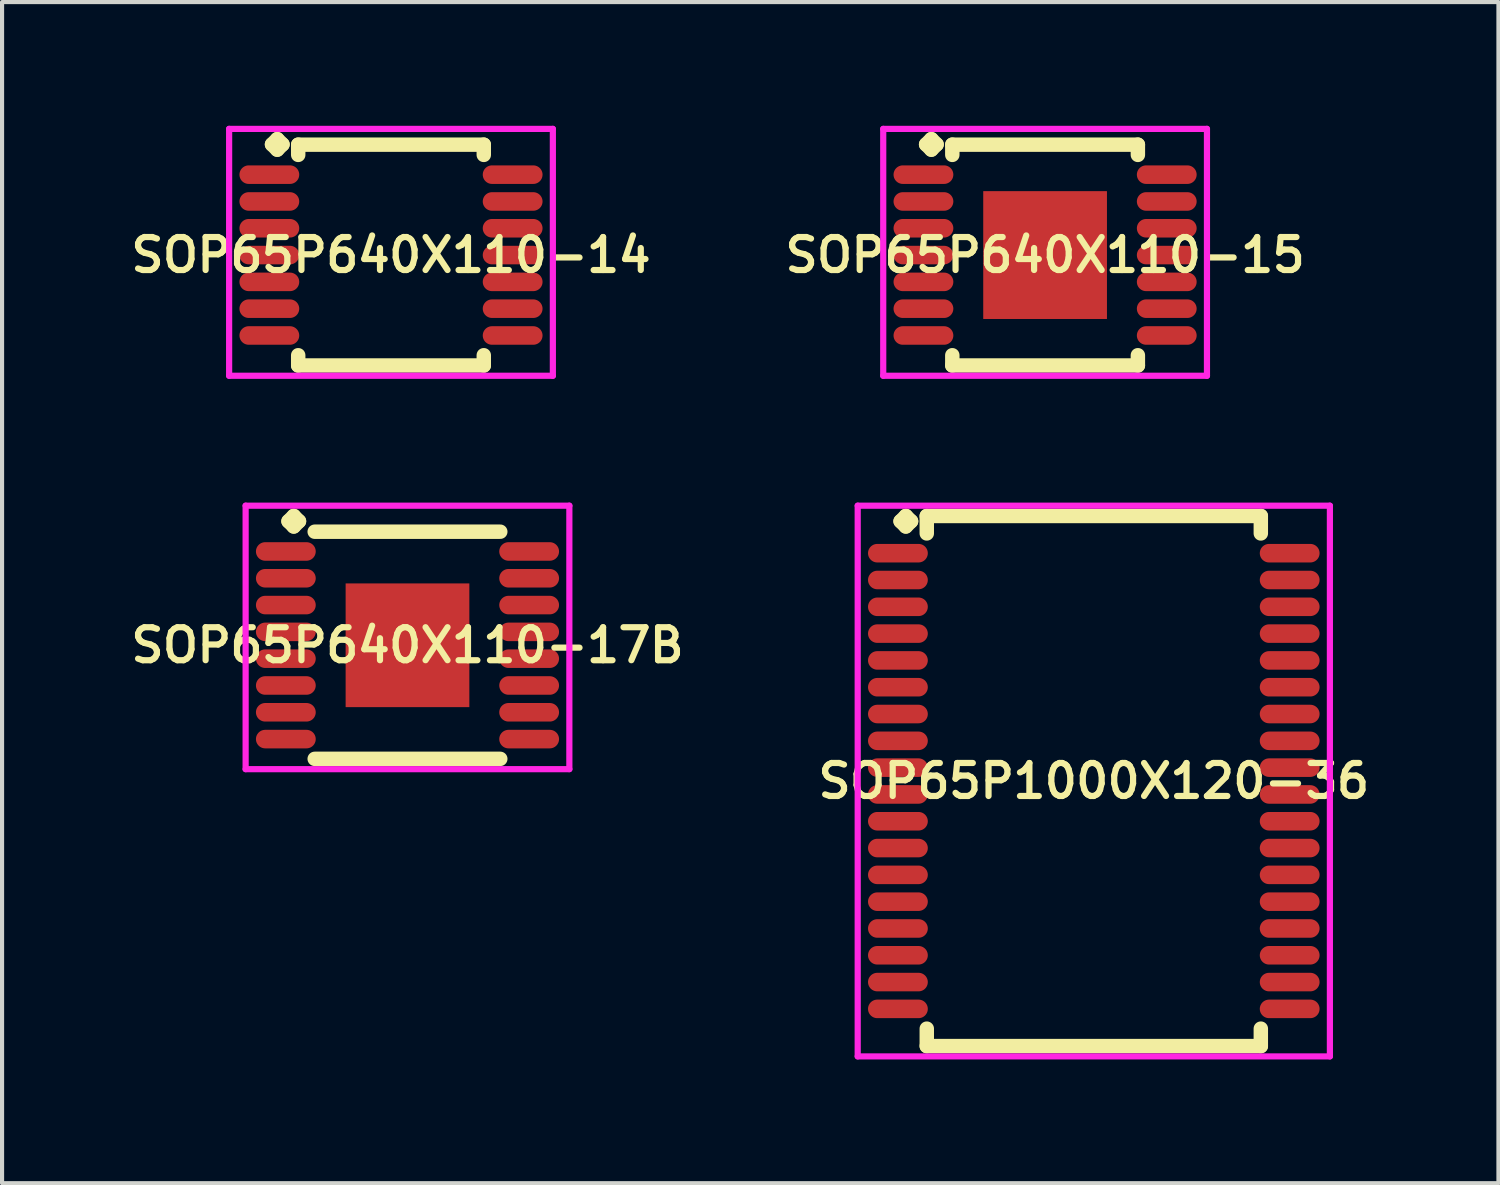
<source format=kicad_pcb>
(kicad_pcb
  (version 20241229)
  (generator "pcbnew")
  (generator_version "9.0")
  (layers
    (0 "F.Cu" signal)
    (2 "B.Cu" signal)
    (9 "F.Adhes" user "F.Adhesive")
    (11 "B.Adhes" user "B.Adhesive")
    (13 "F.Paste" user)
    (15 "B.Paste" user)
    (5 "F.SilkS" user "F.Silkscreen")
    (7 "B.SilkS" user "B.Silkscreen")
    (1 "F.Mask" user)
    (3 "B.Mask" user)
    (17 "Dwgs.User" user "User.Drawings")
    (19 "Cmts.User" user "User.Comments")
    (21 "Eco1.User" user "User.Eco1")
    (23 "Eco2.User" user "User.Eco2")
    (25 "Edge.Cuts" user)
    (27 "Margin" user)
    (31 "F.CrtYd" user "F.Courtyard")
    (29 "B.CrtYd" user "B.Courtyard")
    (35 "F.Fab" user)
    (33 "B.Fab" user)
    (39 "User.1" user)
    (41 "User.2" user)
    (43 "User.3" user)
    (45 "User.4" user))
  (footprint "SOP65P640X110-15"
    (layer "F.Cu")
    (at 22.292 3.135)
    (property "Reference" "SOP65P640X110-15" (at 0 0 0) (layer "F.SilkS") (effects (font (size 0.8 0.8) (thickness 0.15))))
    (attr smd)
    (fp_line (start -2.885 -2.683) (end -2.758 -2.81) (stroke (width 0.35) (type solid)) (layer "F.SilkS"))
    (fp_line (start -2.758 -2.81) (end -2.631 -2.683) (stroke (width 0.35) (type solid)) (layer "F.SilkS"))
    (fp_line (start -2.758 -2.556) (end -2.885 -2.683) (stroke (width 0.35) (type solid)) (layer "F.SilkS"))
    (fp_line (start -2.631 -2.683) (end -2.758 -2.556) (stroke (width 0.35) (type solid)) (layer "F.SilkS"))
    (fp_line (start -2.25 -2.677) (end 2.25 -2.677) (stroke (width 0.35) (type solid)) (layer "F.SilkS"))
    (fp_line (start -2.25 -2.429) (end -2.25 -2.677) (stroke (width 0.35) (type solid)) (layer "F.SilkS"))
    (fp_line (start -2.25 2.429) (end -2.25 2.677) (stroke (width 0.35) (type solid)) (layer "F.SilkS"))
    (fp_line (start -2.25 2.677) (end 2.25 2.677) (stroke (width 0.35) (type solid)) (layer "F.SilkS"))
    (fp_line (start 2.25 -2.677) (end 2.25 -2.429) (stroke (width 0.35) (type solid)) (layer "F.SilkS"))
    (fp_line (start 2.25 2.677) (end 2.25 2.429) (stroke (width 0.35) (type solid)) (layer "F.SilkS"))
    (fp_line (start -3.925 -3.06) (end 3.925 -3.06) (stroke (width 0.15) (type solid)) (layer "F.CrtYd"))
    (fp_line (start -3.925 2.927) (end -3.925 -3.06) (stroke (width 0.15) (type solid)) (layer "F.CrtYd"))
    (fp_line (start 3.925 -3.06) (end 3.925 2.927) (stroke (width 0.15) (type solid)) (layer "F.CrtYd"))
    (fp_line (start 3.925 2.927) (end -3.925 2.927) (stroke (width 0.15) (type solid)) (layer "F.CrtYd"))
    (pad "1" smd oval (at -2.95 -1.95) (size 1.45 0.45) (layers "F.Cu" "F.Mask" "F.Paste"))
    (pad "2" smd oval (at -2.95 -1.3) (size 1.45 0.45) (layers "F.Cu" "F.Mask" "F.Paste"))
    (pad "3" smd oval (at -2.95 -0.65) (size 1.45 0.45) (layers "F.Cu" "F.Mask" "F.Paste"))
    (pad "4" smd oval (at -2.95 0) (size 1.45 0.45) (layers "F.Cu" "F.Mask" "F.Paste"))
    (pad "5" smd oval (at -2.95 0.65) (size 1.45 0.45) (layers "F.Cu" "F.Mask" "F.Paste"))
    (pad "6" smd oval (at -2.95 1.3) (size 1.45 0.45) (layers "F.Cu" "F.Mask" "F.Paste"))
    (pad "7" smd oval (at -2.95 1.95) (size 1.45 0.45) (layers "F.Cu" "F.Mask" "F.Paste"))
    (pad "8" smd oval (at 2.95 1.95) (size 1.45 0.45) (layers "F.Cu" "F.Mask" "F.Paste"))
    (pad "9" smd oval (at 2.95 1.3) (size 1.45 0.45) (layers "F.Cu" "F.Mask" "F.Paste"))
    (pad "10" smd oval (at 2.95 0.65) (size 1.45 0.45) (layers "F.Cu" "F.Mask" "F.Paste"))
    (pad "11" smd oval (at 2.95 0) (size 1.45 0.45) (layers "F.Cu" "F.Mask" "F.Paste"))
    (pad "12" smd oval (at 2.95 -0.65) (size 1.45 0.45) (layers "F.Cu" "F.Mask" "F.Paste"))
    (pad "13" smd oval (at 2.95 -1.3) (size 1.45 0.45) (layers "F.Cu" "F.Mask" "F.Paste"))
    (pad "14" smd oval (at 2.95 -1.95) (size 1.45 0.45) (layers "F.Cu" "F.Mask" "F.Paste"))
    (pad "15" smd rect (at 0 0) (size 3 3.1) (layers "F.Cu" "F.Mask" "F.Paste")))
  (footprint "SOP65P640X110-14"
    (layer "F.Cu")
    (at 6.431 3.135)
    (property "Reference" "SOP65P640X110-14" (at 0 0 0) (layer "F.SilkS") (effects (font (size 0.8 0.8) (thickness 0.15))))
    (attr smd)
    (fp_line (start -2.885 -2.683) (end -2.758 -2.81) (stroke (width 0.35) (type solid)) (layer "F.SilkS"))
    (fp_line (start -2.758 -2.81) (end -2.631 -2.683) (stroke (width 0.35) (type solid)) (layer "F.SilkS"))
    (fp_line (start -2.758 -2.556) (end -2.885 -2.683) (stroke (width 0.35) (type solid)) (layer "F.SilkS"))
    (fp_line (start -2.631 -2.683) (end -2.758 -2.556) (stroke (width 0.35) (type solid)) (layer "F.SilkS"))
    (fp_line (start -2.25 -2.677) (end 2.25 -2.677) (stroke (width 0.35) (type solid)) (layer "F.SilkS"))
    (fp_line (start -2.25 -2.429) (end -2.25 -2.677) (stroke (width 0.35) (type solid)) (layer "F.SilkS"))
    (fp_line (start -2.25 2.429) (end -2.25 2.677) (stroke (width 0.35) (type solid)) (layer "F.SilkS"))
    (fp_line (start -2.25 2.677) (end 2.25 2.677) (stroke (width 0.35) (type solid)) (layer "F.SilkS"))
    (fp_line (start 2.25 -2.677) (end 2.25 -2.429) (stroke (width 0.35) (type solid)) (layer "F.SilkS"))
    (fp_line (start 2.25 2.677) (end 2.25 2.429) (stroke (width 0.35) (type solid)) (layer "F.SilkS"))
    (fp_line (start -3.925 -3.06) (end 3.925 -3.06) (stroke (width 0.15) (type solid)) (layer "F.CrtYd"))
    (fp_line (start -3.925 2.927) (end -3.925 -3.06) (stroke (width 0.15) (type solid)) (layer "F.CrtYd"))
    (fp_line (start 3.925 -3.06) (end 3.925 2.927) (stroke (width 0.15) (type solid)) (layer "F.CrtYd"))
    (fp_line (start 3.925 2.927) (end -3.925 2.927) (stroke (width 0.15) (type solid)) (layer "F.CrtYd"))
    (pad "1" smd oval (at -2.95 -1.95) (size 1.45 0.45) (layers "F.Cu" "F.Mask" "F.Paste"))
    (pad "2" smd oval (at -2.95 -1.3) (size 1.45 0.45) (layers "F.Cu" "F.Mask" "F.Paste"))
    (pad "3" smd oval (at -2.95 -0.65) (size 1.45 0.45) (layers "F.Cu" "F.Mask" "F.Paste"))
    (pad "4" smd oval (at -2.95 0) (size 1.45 0.45) (layers "F.Cu" "F.Mask" "F.Paste"))
    (pad "5" smd oval (at -2.95 0.65) (size 1.45 0.45) (layers "F.Cu" "F.Mask" "F.Paste"))
    (pad "6" smd oval (at -2.95 1.3) (size 1.45 0.45) (layers "F.Cu" "F.Mask" "F.Paste"))
    (pad "7" smd oval (at -2.95 1.95) (size 1.45 0.45) (layers "F.Cu" "F.Mask" "F.Paste"))
    (pad "8" smd oval (at 2.95 1.95) (size 1.45 0.45) (layers "F.Cu" "F.Mask" "F.Paste"))
    (pad "9" smd oval (at 2.95 1.3) (size 1.45 0.45) (layers "F.Cu" "F.Mask" "F.Paste"))
    (pad "10" smd oval (at 2.95 0.65) (size 1.45 0.45) (layers "F.Cu" "F.Mask" "F.Paste"))
    (pad "11" smd oval (at 2.95 0) (size 1.45 0.45) (layers "F.Cu" "F.Mask" "F.Paste"))
    (pad "12" smd oval (at 2.95 -0.65) (size 1.45 0.45) (layers "F.Cu" "F.Mask" "F.Paste"))
    (pad "13" smd oval (at 2.95 -1.3) (size 1.45 0.45) (layers "F.Cu" "F.Mask" "F.Paste"))
    (pad "14" smd oval (at 2.95 -1.95) (size 1.45 0.45) (layers "F.Cu" "F.Mask" "F.Paste")))
  (footprint "SOP65P640X110-17B"
    (layer "F.Cu")
    (at 6.831 12.597)
    (property "Reference" "SOP65P640X110-17B" (at 0 0 0) (layer "F.SilkS") (effects (font (size 0.8 0.8) (thickness 0.15))))
    (attr smd)
    (fp_line (start -2.885 -3.008) (end -2.758 -3.135) (stroke (width 0.35) (type solid)) (layer "F.SilkS"))
    (fp_line (start -2.758 -3.135) (end -2.631 -3.008) (stroke (width 0.35) (type solid)) (layer "F.SilkS"))
    (fp_line (start -2.758 -2.881) (end -2.885 -3.008) (stroke (width 0.35) (type solid)) (layer "F.SilkS"))
    (fp_line (start -2.631 -3.008) (end -2.758 -2.881) (stroke (width 0.35) (type solid)) (layer "F.SilkS"))
    (fp_line (start -2.25 -2.754) (end 2.25 -2.754) (stroke (width 0.35) (type solid)) (layer "F.SilkS"))
    (fp_line (start -2.25 2.754) (end 2.25 2.754) (stroke (width 0.35) (type solid)) (layer "F.SilkS"))
    (fp_line (start -3.925 -3.385) (end 3.925 -3.385) (stroke (width 0.15) (type solid)) (layer "F.CrtYd"))
    (fp_line (start -3.925 3.004) (end -3.925 -3.385) (stroke (width 0.15) (type solid)) (layer "F.CrtYd"))
    (fp_line (start 3.925 -3.385) (end 3.925 3.004) (stroke (width 0.15) (type solid)) (layer "F.CrtYd"))
    (fp_line (start 3.925 3.004) (end -3.925 3.004) (stroke (width 0.15) (type solid)) (layer "F.CrtYd"))
    (pad "1" smd oval (at -2.95 -2.275) (size 1.45 0.45) (layers "F.Cu" "F.Mask" "F.Paste"))
    (pad "2" smd oval (at -2.95 -1.625) (size 1.45 0.45) (layers "F.Cu" "F.Mask" "F.Paste"))
    (pad "3" smd oval (at -2.95 -0.975) (size 1.45 0.45) (layers "F.Cu" "F.Mask" "F.Paste"))
    (pad "4" smd oval (at -2.95 -0.325) (size 1.45 0.45) (layers "F.Cu" "F.Mask" "F.Paste"))
    (pad "5" smd oval (at -2.95 0.325) (size 1.45 0.45) (layers "F.Cu" "F.Mask" "F.Paste"))
    (pad "6" smd oval (at -2.95 0.975) (size 1.45 0.45) (layers "F.Cu" "F.Mask" "F.Paste"))
    (pad "7" smd oval (at -2.95 1.625) (size 1.45 0.45) (layers "F.Cu" "F.Mask" "F.Paste"))
    (pad "8" smd oval (at -2.95 2.275) (size 1.45 0.45) (layers "F.Cu" "F.Mask" "F.Paste"))
    (pad "9" smd oval (at 2.95 2.275) (size 1.45 0.45) (layers "F.Cu" "F.Mask" "F.Paste"))
    (pad "10" smd oval (at 2.95 1.625) (size 1.45 0.45) (layers "F.Cu" "F.Mask" "F.Paste"))
    (pad "11" smd oval (at 2.95 0.975) (size 1.45 0.45) (layers "F.Cu" "F.Mask" "F.Paste"))
    (pad "12" smd oval (at 2.95 0.325) (size 1.45 0.45) (layers "F.Cu" "F.Mask" "F.Paste"))
    (pad "13" smd oval (at 2.95 -0.325) (size 1.45 0.45) (layers "F.Cu" "F.Mask" "F.Paste"))
    (pad "14" smd oval (at 2.95 -0.975) (size 1.45 0.45) (layers "F.Cu" "F.Mask" "F.Paste"))
    (pad "15" smd oval (at 2.95 -1.625) (size 1.45 0.45) (layers "F.Cu" "F.Mask" "F.Paste"))
    (pad "16" smd oval (at 2.95 -2.275) (size 1.45 0.45) (layers "F.Cu" "F.Mask" "F.Paste"))
    (pad "17" smd rect (at 0 0) (size 3 3) (layers "F.Cu" "F.Mask" "F.Paste")))
  (footprint "SOP65P1000X120-36"
    (layer "F.Cu")
    (at 23.473 15.889)
    (property "Reference" "SOP65P1000X120-36" (at 0 0 0) (layer "F.SilkS") (effects (font (size 0.8 0.8) (thickness 0.15))))
    (attr smd)
    (fp_line (start -4.685 -6.3) (end -4.558 -6.427) (stroke (width 0.35) (type solid)) (layer "F.SilkS"))
    (fp_line (start -4.558 -6.427) (end -4.431 -6.3) (stroke (width 0.35) (type solid)) (layer "F.SilkS"))
    (fp_line (start -4.558 -6.173) (end -4.685 -6.3) (stroke (width 0.35) (type solid)) (layer "F.SilkS"))
    (fp_line (start -4.431 -6.3) (end -4.558 -6.173) (stroke (width 0.35) (type solid)) (layer "F.SilkS"))
    (fp_line (start -4.05 -6.427) (end 4.05 -6.427) (stroke (width 0.35) (type solid)) (layer "F.SilkS"))
    (fp_line (start -4.05 -6.004) (end -4.05 -6.427) (stroke (width 0.35) (type solid)) (layer "F.SilkS"))
    (fp_line (start -4.05 6.004) (end -4.05 6.427) (stroke (width 0.35) (type solid)) (layer "F.SilkS"))
    (fp_line (start -4.05 6.427) (end 4.05 6.427) (stroke (width 0.35) (type solid)) (layer "F.SilkS"))
    (fp_line (start 4.05 -6.427) (end 4.05 -6.004) (stroke (width 0.35) (type solid)) (layer "F.SilkS"))
    (fp_line (start 4.05 6.427) (end 4.05 6.004) (stroke (width 0.35) (type solid)) (layer "F.SilkS"))
    (fp_line (start -5.725 -6.677) (end 5.725 -6.677) (stroke (width 0.15) (type solid)) (layer "F.CrtYd"))
    (fp_line (start -5.725 6.677) (end -5.725 -6.677) (stroke (width 0.15) (type solid)) (layer "F.CrtYd"))
    (fp_line (start 5.725 -6.677) (end 5.725 6.677) (stroke (width 0.15) (type solid)) (layer "F.CrtYd"))
    (fp_line (start 5.725 6.677) (end -5.725 6.677) (stroke (width 0.15) (type solid)) (layer "F.CrtYd"))
    (pad "1" smd oval (at -4.75 -5.525) (size 1.45 0.45) (layers "F.Cu" "F.Mask" "F.Paste"))
    (pad "2" smd oval (at -4.75 -4.875) (size 1.45 0.45) (layers "F.Cu" "F.Mask" "F.Paste"))
    (pad "3" smd oval (at -4.75 -4.225) (size 1.45 0.45) (layers "F.Cu" "F.Mask" "F.Paste"))
    (pad "4" smd oval (at -4.75 -3.575) (size 1.45 0.45) (layers "F.Cu" "F.Mask" "F.Paste"))
    (pad "5" smd oval (at -4.75 -2.925) (size 1.45 0.45) (layers "F.Cu" "F.Mask" "F.Paste"))
    (pad "6" smd oval (at -4.75 -2.275) (size 1.45 0.45) (layers "F.Cu" "F.Mask" "F.Paste"))
    (pad "7" smd oval (at -4.75 -1.625) (size 1.45 0.45) (layers "F.Cu" "F.Mask" "F.Paste"))
    (pad "8" smd oval (at -4.75 -0.975) (size 1.45 0.45) (layers "F.Cu" "F.Mask" "F.Paste"))
    (pad "9" smd oval (at -4.75 -0.325) (size 1.45 0.45) (layers "F.Cu" "F.Mask" "F.Paste"))
    (pad "10" smd oval (at -4.75 0.325) (size 1.45 0.45) (layers "F.Cu" "F.Mask" "F.Paste"))
    (pad "11" smd oval (at -4.75 0.975) (size 1.45 0.45) (layers "F.Cu" "F.Mask" "F.Paste"))
    (pad "12" smd oval (at -4.75 1.625) (size 1.45 0.45) (layers "F.Cu" "F.Mask" "F.Paste"))
    (pad "13" smd oval (at -4.75 2.275) (size 1.45 0.45) (layers "F.Cu" "F.Mask" "F.Paste"))
    (pad "14" smd oval (at -4.75 2.925) (size 1.45 0.45) (layers "F.Cu" "F.Mask" "F.Paste"))
    (pad "15" smd oval (at -4.75 3.575) (size 1.45 0.45) (layers "F.Cu" "F.Mask" "F.Paste"))
    (pad "16" smd oval (at -4.75 4.225) (size 1.45 0.45) (layers "F.Cu" "F.Mask" "F.Paste"))
    (pad "17" smd oval (at -4.75 4.875) (size 1.45 0.45) (layers "F.Cu" "F.Mask" "F.Paste"))
    (pad "18" smd oval (at -4.75 5.525) (size 1.45 0.45) (layers "F.Cu" "F.Mask" "F.Paste"))
    (pad "19" smd oval (at 4.75 5.525) (size 1.45 0.45) (layers "F.Cu" "F.Mask" "F.Paste"))
    (pad "20" smd oval (at 4.75 4.875) (size 1.45 0.45) (layers "F.Cu" "F.Mask" "F.Paste"))
    (pad "21" smd oval (at 4.75 4.225) (size 1.45 0.45) (layers "F.Cu" "F.Mask" "F.Paste"))
    (pad "22" smd oval (at 4.75 3.575) (size 1.45 0.45) (layers "F.Cu" "F.Mask" "F.Paste"))
    (pad "23" smd oval (at 4.75 2.925) (size 1.45 0.45) (layers "F.Cu" "F.Mask" "F.Paste"))
    (pad "24" smd oval (at 4.75 2.275) (size 1.45 0.45) (layers "F.Cu" "F.Mask" "F.Paste"))
    (pad "25" smd oval (at 4.75 1.625) (size 1.45 0.45) (layers "F.Cu" "F.Mask" "F.Paste"))
    (pad "26" smd oval (at 4.75 0.975) (size 1.45 0.45) (layers "F.Cu" "F.Mask" "F.Paste"))
    (pad "27" smd oval (at 4.75 0.325) (size 1.45 0.45) (layers "F.Cu" "F.Mask" "F.Paste"))
    (pad "28" smd oval (at 4.75 -0.325) (size 1.45 0.45) (layers "F.Cu" "F.Mask" "F.Paste"))
    (pad "29" smd oval (at 4.75 -0.975) (size 1.45 0.45) (layers "F.Cu" "F.Mask" "F.Paste"))
    (pad "30" smd oval (at 4.75 -1.625) (size 1.45 0.45) (layers "F.Cu" "F.Mask" "F.Paste"))
    (pad "31" smd oval (at 4.75 -2.275) (size 1.45 0.45) (layers "F.Cu" "F.Mask" "F.Paste"))
    (pad "32" smd oval (at 4.75 -2.925) (size 1.45 0.45) (layers "F.Cu" "F.Mask" "F.Paste"))
    (pad "33" smd oval (at 4.75 -3.575) (size 1.45 0.45) (layers "F.Cu" "F.Mask" "F.Paste"))
    (pad "34" smd oval (at 4.75 -4.225) (size 1.45 0.45) (layers "F.Cu" "F.Mask" "F.Paste"))
    (pad "35" smd oval (at 4.75 -4.875) (size 1.45 0.45) (layers "F.Cu" "F.Mask" "F.Paste"))
    (pad "36" smd oval (at 4.75 -5.525) (size 1.45 0.45) (layers "F.Cu" "F.Mask" "F.Paste")))
  (gr_rect
    (start -3 -3)
    (end 33.285 25.641)
    (stroke (width 0.1) (type default))
    (fill no)
    (layer "Edge.Cuts")))
</source>
